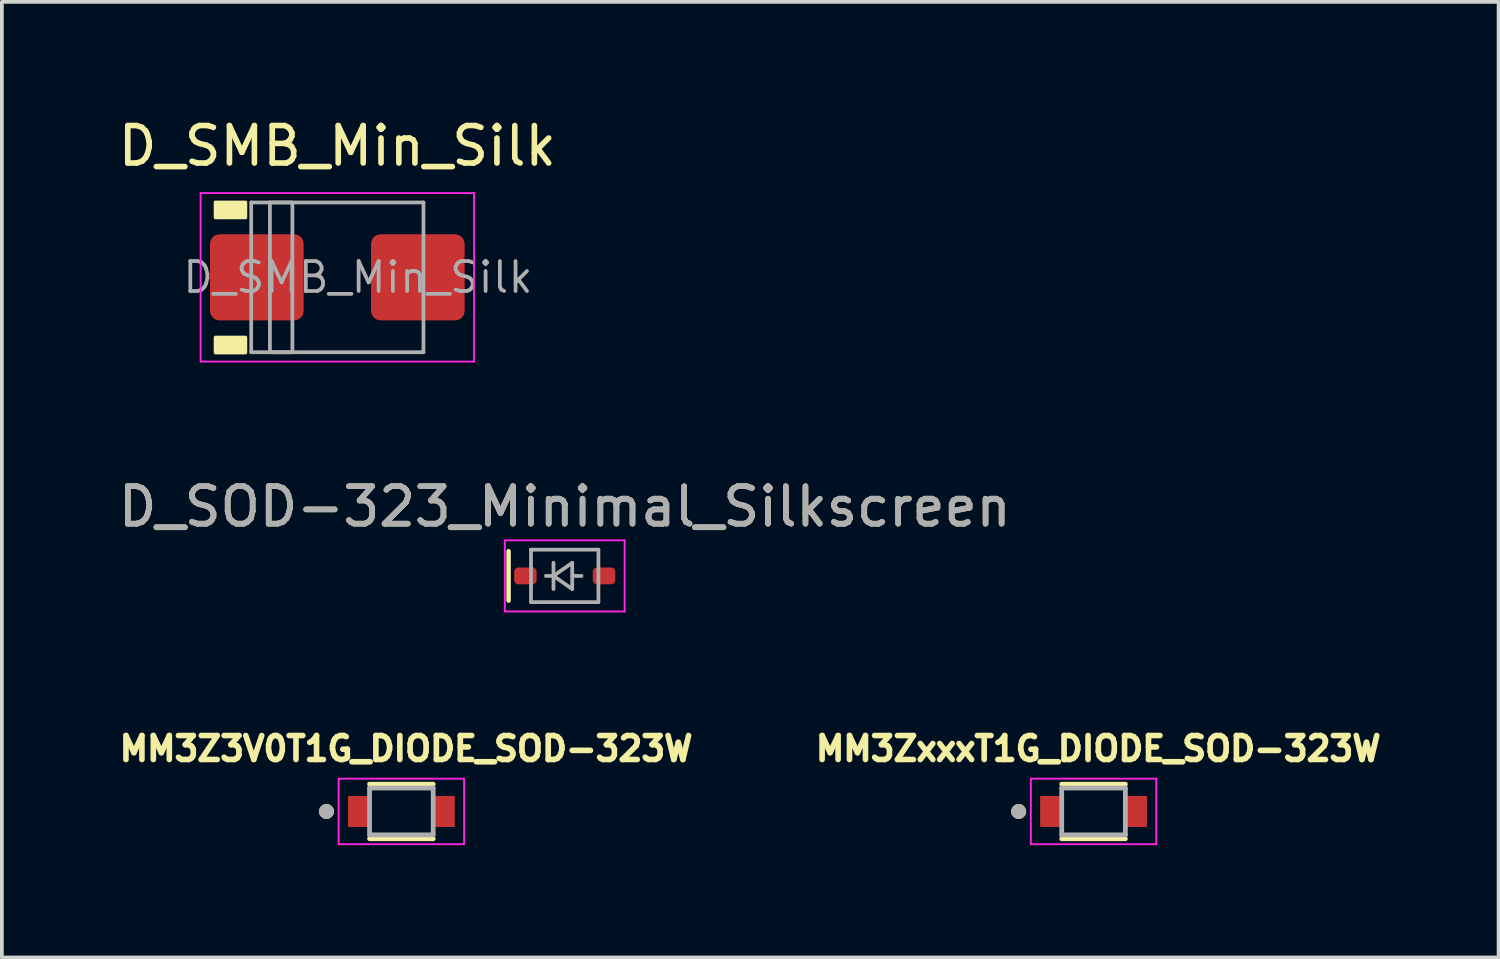
<source format=kicad_pcb>
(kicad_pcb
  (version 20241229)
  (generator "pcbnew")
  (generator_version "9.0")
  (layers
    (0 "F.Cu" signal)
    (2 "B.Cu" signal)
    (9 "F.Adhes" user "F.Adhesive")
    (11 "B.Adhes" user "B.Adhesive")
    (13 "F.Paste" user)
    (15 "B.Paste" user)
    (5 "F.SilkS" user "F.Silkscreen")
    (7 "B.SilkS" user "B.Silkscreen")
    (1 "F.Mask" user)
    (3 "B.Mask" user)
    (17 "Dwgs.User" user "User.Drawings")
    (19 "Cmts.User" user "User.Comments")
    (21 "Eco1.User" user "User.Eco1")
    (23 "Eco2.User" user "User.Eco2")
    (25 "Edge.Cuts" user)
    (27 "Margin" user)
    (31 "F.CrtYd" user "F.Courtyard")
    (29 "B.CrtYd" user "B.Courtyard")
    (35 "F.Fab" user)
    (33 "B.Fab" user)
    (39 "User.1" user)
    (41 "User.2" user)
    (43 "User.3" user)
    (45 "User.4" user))
  (footprint "D_SMB_Min_Silk"
    (layer "F.Cu")
    (at 5.958 4.356)
    (property "Reference" "D_SMB_Min_Silk" (at 0 -3.508 0) (layer "F.SilkS") (effects (font (size 1 1) (thickness 0.15))))
    (attr smd)
    (fp_poly (pts (xy -2.456 -1.6) (xy -3.251 -1.6) (xy -3.251 -2) (xy -2.456 -2)) (stroke (width 0.1) (type solid)) (fill yes) (layer "F.SilkS"))
    (fp_poly (pts (xy -2.456 2.007) (xy -3.251 2.007) (xy -3.251 1.607) (xy -2.456 1.607)) (stroke (width 0.1) (type solid)) (fill yes) (layer "F.SilkS"))
    (fp_line (start -3.65 -2.25) (end 3.65 -2.25) (stroke (width 0.05) (type solid)) (layer "F.CrtYd"))
    (fp_line (start -3.65 2.25) (end -3.65 -2.25) (stroke (width 0.05) (type solid)) (layer "F.CrtYd"))
    (fp_line (start 3.65 -2.25) (end 3.65 2.25) (stroke (width 0.05) (type solid)) (layer "F.CrtYd"))
    (fp_line (start 3.65 2.25) (end -3.65 2.25) (stroke (width 0.05) (type solid)) (layer "F.CrtYd"))
    (fp_line (start -2.3 2) (end -2.3 -2) (stroke (width 0.1) (type solid)) (layer "F.Fab"))
    (fp_line (start 2.3 -2) (end -2.3 -2) (stroke (width 0.1) (type solid)) (layer "F.Fab"))
    (fp_line (start 2.3 -2) (end 2.3 2) (stroke (width 0.1) (type solid)) (layer "F.Fab"))
    (fp_line (start 2.3 2) (end -2.3 2) (stroke (width 0.1) (type solid)) (layer "F.Fab"))
    (fp_rect (start -1.8 -2) (end -1.2 2) (stroke (width 0.1) (type solid)) (fill no) (layer "F.Fab"))
    (fp_text user "${REFERENCE}" (at 0.55 0 0) (layer "F.Fab") (effects (font (size 0.8 0.8) (thickness 0.1))))
    (pad "1" smd roundrect (at -2.15 0) (size 2.5 2.3) (layers "F.Cu" "F.Mask" "F.Paste") (roundrect_rratio 0.109))
    (pad "2" smd roundrect (at 2.15 0) (size 2.5 2.3) (layers "F.Cu" "F.Mask" "F.Paste") (roundrect_rratio 0.109)))
  (footprint "MM3ZxxxT1G_DIODE_SOD-323W"
    (layer "F.Cu")
    (at 26.152 18.619)
    (property "Reference" "MM3ZxxxT1G_DIODE_SOD-323W" (at 0.127 -1.676 0) (layer "F.SilkS") (effects (font (size 0.64 0.64) (thickness 0.15))))
    (attr smd)
    (fp_line (start -0.85 -0.729) (end 0.85 -0.729) (stroke (width 0.127) (type solid)) (layer "F.SilkS"))
    (fp_line (start 0.85 0.729) (end -0.85 0.729) (stroke (width 0.127) (type solid)) (layer "F.SilkS"))
    (fp_circle (center -2 0) (end -1.9 0) (stroke (width 0.2) (type solid)) (fill no) (layer "F.SilkS"))
    (fp_line (start -1.675 -0.875) (end 1.675 -0.875) (stroke (width 0.05) (type solid)) (layer "F.CrtYd"))
    (fp_line (start -1.675 0.875) (end -1.675 -0.875) (stroke (width 0.05) (type solid)) (layer "F.CrtYd"))
    (fp_line (start 1.675 -0.875) (end 1.675 0.875) (stroke (width 0.05) (type solid)) (layer "F.CrtYd"))
    (fp_line (start 1.675 0.875) (end -1.675 0.875) (stroke (width 0.05) (type solid)) (layer "F.CrtYd"))
    (fp_line (start -0.85 -0.625) (end 0.85 -0.625) (stroke (width 0.127) (type solid)) (layer "F.Fab"))
    (fp_line (start -0.85 0.625) (end -0.85 -0.625) (stroke (width 0.127) (type solid)) (layer "F.Fab"))
    (fp_line (start 0.85 -0.625) (end 0.85 0.625) (stroke (width 0.127) (type solid)) (layer "F.Fab"))
    (fp_line (start 0.85 0.625) (end -0.85 0.625) (stroke (width 0.127) (type solid)) (layer "F.Fab"))
    (fp_circle (center -2 0) (end -1.9 0) (stroke (width 0.2) (type solid)) (fill no) (layer "F.Fab"))
    (pad "1" smd rect (at -1.113 0) (size 0.625 0.83) (layers "F.Cu" "F.Mask" "F.Paste"))
    (pad "2" smd rect (at 1.113 0) (size 0.625 0.83) (layers "F.Cu" "F.Mask" "F.Paste")))
  (footprint "MM3Z3V0T1G_DIODE_SOD-323W"
    (layer "F.Cu")
    (at 7.668 18.619)
    (property "Reference" "MM3Z3V0T1G_DIODE_SOD-323W" (at 0.127 -1.676 0) (layer "F.SilkS") (effects (font (size 0.64 0.64) (thickness 0.15))))
    (attr smd)
    (fp_line (start -0.85 -0.729) (end 0.85 -0.729) (stroke (width 0.127) (type solid)) (layer "F.SilkS"))
    (fp_line (start 0.85 0.729) (end -0.85 0.729) (stroke (width 0.127) (type solid)) (layer "F.SilkS"))
    (fp_circle (center -2 0) (end -1.9 0) (stroke (width 0.2) (type solid)) (fill no) (layer "F.SilkS"))
    (fp_line (start -1.675 -0.875) (end 1.675 -0.875) (stroke (width 0.05) (type solid)) (layer "F.CrtYd"))
    (fp_line (start -1.675 0.875) (end -1.675 -0.875) (stroke (width 0.05) (type solid)) (layer "F.CrtYd"))
    (fp_line (start 1.675 -0.875) (end 1.675 0.875) (stroke (width 0.05) (type solid)) (layer "F.CrtYd"))
    (fp_line (start 1.675 0.875) (end -1.675 0.875) (stroke (width 0.05) (type solid)) (layer "F.CrtYd"))
    (fp_line (start -0.85 -0.625) (end 0.85 -0.625) (stroke (width 0.127) (type solid)) (layer "F.Fab"))
    (fp_line (start -0.85 0.625) (end -0.85 -0.625) (stroke (width 0.127) (type solid)) (layer "F.Fab"))
    (fp_line (start 0.85 -0.625) (end 0.85 0.625) (stroke (width 0.127) (type solid)) (layer "F.Fab"))
    (fp_line (start 0.85 0.625) (end -0.85 0.625) (stroke (width 0.127) (type solid)) (layer "F.Fab"))
    (fp_circle (center -2 0) (end -1.9 0) (stroke (width 0.2) (type solid)) (fill no) (layer "F.Fab"))
    (pad "A" smd rect (at 1.113 0) (size 0.625 0.83) (layers "F.Cu" "F.Mask" "F.Paste"))
    (pad "K" smd rect (at -1.113 0) (size 0.625 0.83) (layers "F.Cu" "F.Mask" "F.Paste")))
  (footprint "D_SOD-323_Minimal_Silkscreen"
    (layer "F.Cu")
    (at 12.03 12.329)
    (property "Reference" "D_SOD-323_Minimal_Silkscreen" (at 0 -1.85 0) (layer "F.SilkS") (effects (font (size 1 1) (thickness 0.15))))
    (attr smd)
    (fp_line (start -1.499 -0.659) (end -1.499 0.659) (stroke (width 0.12) (type solid)) (layer "F.SilkS"))
    (fp_line (start -1.6 -0.95) (end -1.6 0.95) (stroke (width 0.05) (type solid)) (layer "F.CrtYd"))
    (fp_line (start -1.6 -0.95) (end 1.6 -0.95) (stroke (width 0.05) (type solid)) (layer "F.CrtYd"))
    (fp_line (start -1.6 0.95) (end 1.6 0.95) (stroke (width 0.05) (type solid)) (layer "F.CrtYd"))
    (fp_line (start 1.6 -0.95) (end 1.6 0.95) (stroke (width 0.05) (type solid)) (layer "F.CrtYd"))
    (fp_line (start -0.9 -0.7) (end 0.9 -0.7) (stroke (width 0.1) (type solid)) (layer "F.Fab"))
    (fp_line (start -0.9 0.7) (end -0.9 -0.7) (stroke (width 0.1) (type solid)) (layer "F.Fab"))
    (fp_line (start -0.3 -0.35) (end -0.3 0.35) (stroke (width 0.1) (type solid)) (layer "F.Fab"))
    (fp_line (start -0.3 0) (end -0.5 0) (stroke (width 0.1) (type solid)) (layer "F.Fab"))
    (fp_line (start -0.3 0) (end 0.2 -0.35) (stroke (width 0.1) (type solid)) (layer "F.Fab"))
    (fp_line (start 0.2 -0.35) (end 0.2 0.35) (stroke (width 0.1) (type solid)) (layer "F.Fab"))
    (fp_line (start 0.2 0) (end 0.45 0) (stroke (width 0.1) (type solid)) (layer "F.Fab"))
    (fp_line (start 0.2 0.35) (end -0.3 0) (stroke (width 0.1) (type solid)) (layer "F.Fab"))
    (fp_line (start 0.9 -0.7) (end 0.9 0.7) (stroke (width 0.1) (type solid)) (layer "F.Fab"))
    (fp_line (start 0.9 0.7) (end -0.9 0.7) (stroke (width 0.1) (type solid)) (layer "F.Fab"))
    (fp_text user "${REFERENCE}" (at 0 -1.85 0) (layer "F.Fab") (effects (font (size 1 1) (thickness 0.15))))
    (pad "1" smd roundrect (at -1.05 0) (size 0.6 0.45) (layers "F.Cu" "F.Mask" "F.Paste") (roundrect_rratio 0.25))
    (pad "2" smd roundrect (at 1.05 0) (size 0.6 0.45) (layers "F.Cu" "F.Mask" "F.Paste") (roundrect_rratio 0.25)))
  (gr_rect
    (start -3 -3)
    (end 36.968 22.519)
    (stroke (width 0.1) (type default))
    (fill no)
    (layer "Edge.Cuts")))
</source>
